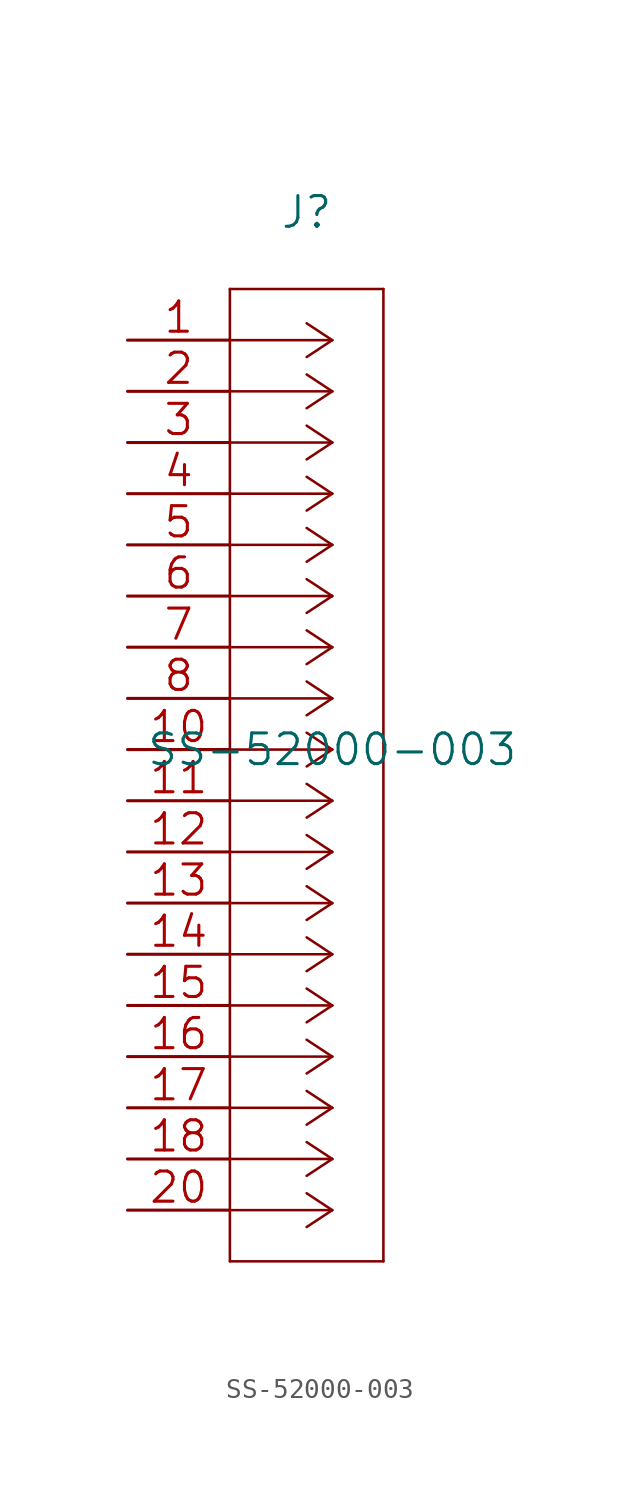
<source format=kicad_sym>
(kicad_symbol_lib
  (version 20220914)
  (generator kicad_symbol_editor)
  (symbol "SS-52000-003"
    (pin_names
      (offset 0.254) hide)
    (property "Reference" "J"
      (at 8.89 6.35 0)
      (effects (font (size 1.524 1.524))))
    (property "Value" "SS-52000-003"
      (at 10.16 -20.32 0)
      (effects (font (size 1.524 1.524))))
    (property "Datasheet" ""
      (at 0 0 0)
      (effects (font (size 1.524 1.524))))
    (symbol "SS-52000-003_1_1"
      (polyline (pts (xy 5.08 -45.72) (xy 12.7 -45.72)) (stroke (width 0.127) (type solid)) (fill (type none)))
      (polyline (pts (xy 5.08 2.54) (xy 5.08 -45.72)) (stroke (width 0.127) (type solid)) (fill (type none)))
      (polyline (pts (xy 10.16 -43.18) (xy 5.08 -43.18)) (stroke (width 0.127) (type solid)) (fill (type none)))
      (polyline (pts (xy 10.16 -43.18) (xy 8.89 -44.018)) (stroke (width 0.127) (type solid)) (fill (type none)))
      (polyline (pts (xy 10.16 -43.18) (xy 8.89 -42.342)) (stroke (width 0.127) (type solid)) (fill (type none)))
      (polyline (pts (xy 10.16 -40.64) (xy 5.08 -40.64)) (stroke (width 0.127) (type solid)) (fill (type none)))
      (polyline (pts (xy 10.16 -40.64) (xy 8.89 -41.478)) (stroke (width 0.127) (type solid)) (fill (type none)))
      (polyline (pts (xy 10.16 -40.64) (xy 8.89 -39.802)) (stroke (width 0.127) (type solid)) (fill (type none)))
      (polyline (pts (xy 10.16 -38.1) (xy 5.08 -38.1)) (stroke (width 0.127) (type solid)) (fill (type none)))
      (polyline (pts (xy 10.16 -38.1) (xy 8.89 -38.938)) (stroke (width 0.127) (type solid)) (fill (type none)))
      (polyline (pts (xy 10.16 -38.1) (xy 8.89 -37.262)) (stroke (width 0.127) (type solid)) (fill (type none)))
      (polyline (pts (xy 10.16 -35.56) (xy 5.08 -35.56)) (stroke (width 0.127) (type solid)) (fill (type none)))
      (polyline (pts (xy 10.16 -35.56) (xy 8.89 -36.398)) (stroke (width 0.127) (type solid)) (fill (type none)))
      (polyline (pts (xy 10.16 -35.56) (xy 8.89 -34.722)) (stroke (width 0.127) (type solid)) (fill (type none)))
      (polyline (pts (xy 10.16 -33.02) (xy 5.08 -33.02)) (stroke (width 0.127) (type solid)) (fill (type none)))
      (polyline (pts (xy 10.16 -33.02) (xy 8.89 -33.858)) (stroke (width 0.127) (type solid)) (fill (type none)))
      (polyline (pts (xy 10.16 -33.02) (xy 8.89 -32.182)) (stroke (width 0.127) (type solid)) (fill (type none)))
      (polyline (pts (xy 10.16 -30.48) (xy 5.08 -30.48)) (stroke (width 0.127) (type solid)) (fill (type none)))
      (polyline (pts (xy 10.16 -30.48) (xy 8.89 -31.318)) (stroke (width 0.127) (type solid)) (fill (type none)))
      (polyline (pts (xy 10.16 -30.48) (xy 8.89 -29.642)) (stroke (width 0.127) (type solid)) (fill (type none)))
      (polyline (pts (xy 10.16 -27.94) (xy 5.08 -27.94)) (stroke (width 0.127) (type solid)) (fill (type none)))
      (polyline (pts (xy 10.16 -27.94) (xy 8.89 -28.778)) (stroke (width 0.127) (type solid)) (fill (type none)))
      (polyline (pts (xy 10.16 -27.94) (xy 8.89 -27.102)) (stroke (width 0.127) (type solid)) (fill (type none)))
      (polyline (pts (xy 10.16 -25.4) (xy 5.08 -25.4)) (stroke (width 0.127) (type solid)) (fill (type none)))
      (polyline (pts (xy 10.16 -25.4) (xy 8.89 -26.238)) (stroke (width 0.127) (type solid)) (fill (type none)))
      (polyline (pts (xy 10.16 -25.4) (xy 8.89 -24.562)) (stroke (width 0.127) (type solid)) (fill (type none)))
      (polyline (pts (xy 10.16 -22.86) (xy 5.08 -22.86)) (stroke (width 0.127) (type solid)) (fill (type none)))
      (polyline (pts (xy 10.16 -22.86) (xy 8.89 -23.698)) (stroke (width 0.127) (type solid)) (fill (type none)))
      (polyline (pts (xy 10.16 -22.86) (xy 8.89 -22.022)) (stroke (width 0.127) (type solid)) (fill (type none)))
      (polyline (pts (xy 10.16 -20.32) (xy 5.08 -20.32)) (stroke (width 0.127) (type solid)) (fill (type none)))
      (polyline (pts (xy 10.16 -20.32) (xy 8.89 -21.158)) (stroke (width 0.127) (type solid)) (fill (type none)))
      (polyline (pts (xy 10.16 -20.32) (xy 8.89 -19.482)) (stroke (width 0.127) (type solid)) (fill (type none)))
      (polyline (pts (xy 10.16 -17.78) (xy 5.08 -17.78)) (stroke (width 0.127) (type solid)) (fill (type none)))
      (polyline (pts (xy 10.16 -17.78) (xy 8.89 -18.618)) (stroke (width 0.127) (type solid)) (fill (type none)))
      (polyline (pts (xy 10.16 -17.78) (xy 8.89 -16.942)) (stroke (width 0.127) (type solid)) (fill (type none)))
      (polyline (pts (xy 10.16 -15.24) (xy 5.08 -15.24)) (stroke (width 0.127) (type solid)) (fill (type none)))
      (polyline (pts (xy 10.16 -15.24) (xy 8.89 -16.078)) (stroke (width 0.127) (type solid)) (fill (type none)))
      (polyline (pts (xy 10.16 -15.24) (xy 8.89 -14.402)) (stroke (width 0.127) (type solid)) (fill (type none)))
      (polyline (pts (xy 10.16 -12.7) (xy 5.08 -12.7)) (stroke (width 0.127) (type solid)) (fill (type none)))
      (polyline (pts (xy 10.16 -12.7) (xy 8.89 -13.538)) (stroke (width 0.127) (type solid)) (fill (type none)))
      (polyline (pts (xy 10.16 -12.7) (xy 8.89 -11.862)) (stroke (width 0.127) (type solid)) (fill (type none)))
      (polyline (pts (xy 10.16 -10.16) (xy 5.08 -10.16)) (stroke (width 0.127) (type solid)) (fill (type none)))
      (polyline (pts (xy 10.16 -10.16) (xy 8.89 -10.998)) (stroke (width 0.127) (type solid)) (fill (type none)))
      (polyline (pts (xy 10.16 -10.16) (xy 8.89 -9.322)) (stroke (width 0.127) (type solid)) (fill (type none)))
      (polyline (pts (xy 10.16 -7.62) (xy 5.08 -7.62)) (stroke (width 0.127) (type solid)) (fill (type none)))
      (polyline (pts (xy 10.16 -7.62) (xy 8.89 -8.458)) (stroke (width 0.127) (type solid)) (fill (type none)))
      (polyline (pts (xy 10.16 -7.62) (xy 8.89 -6.782)) (stroke (width 0.127) (type solid)) (fill (type none)))
      (polyline (pts (xy 10.16 -5.08) (xy 5.08 -5.08)) (stroke (width 0.127) (type solid)) (fill (type none)))
      (polyline (pts (xy 10.16 -5.08) (xy 8.89 -5.918)) (stroke (width 0.127) (type solid)) (fill (type none)))
      (polyline (pts (xy 10.16 -5.08) (xy 8.89 -4.242)) (stroke (width 0.127) (type solid)) (fill (type none)))
      (polyline (pts (xy 10.16 -2.54) (xy 5.08 -2.54)) (stroke (width 0.127) (type solid)) (fill (type none)))
      (polyline (pts (xy 10.16 -2.54) (xy 8.89 -3.378)) (stroke (width 0.127) (type solid)) (fill (type none)))
      (polyline (pts (xy 10.16 -2.54) (xy 8.89 -1.702)) (stroke (width 0.127) (type solid)) (fill (type none)))
      (polyline (pts (xy 10.16 0) (xy 5.08 0)) (stroke (width 0.127) (type solid)) (fill (type none)))
      (polyline (pts (xy 10.16 0) (xy 8.89 -0.838)) (stroke (width 0.127) (type solid)) (fill (type none)))
      (polyline (pts (xy 10.16 0) (xy 8.89 0.838)) (stroke (width 0.127) (type solid)) (fill (type none)))
      (polyline (pts (xy 12.7 -45.72) (xy 12.7 2.54)) (stroke (width 0.127) (type solid)) (fill (type none)))
      (polyline (pts (xy 12.7 2.54) (xy 5.08 2.54)) (stroke (width 0.127) (type solid)) (fill (type none)))
      (pin unspecified line (at 0 0 0) (length 5.08) (name "1" (effects (font (size 1.499 1.499)))) (number "1" (effects (font (size 1.499 1.499)))))
      (pin unspecified line (at 0 -20.32 0) (length 5.08) (name "10" (effects (font (size 1.499 1.499)))) (number "10" (effects (font (size 1.499 1.499)))))
      (pin unspecified line (at 0 -22.86 0) (length 5.08) (name "11" (effects (font (size 1.499 1.499)))) (number "11" (effects (font (size 1.499 1.499)))))
      (pin unspecified line (at 0 -25.4 0) (length 5.08) (name "12" (effects (font (size 1.499 1.499)))) (number "12" (effects (font (size 1.499 1.499)))))
      (pin unspecified line (at 0 -27.94 0) (length 5.08) (name "13" (effects (font (size 1.499 1.499)))) (number "13" (effects (font (size 1.499 1.499)))))
      (pin unspecified line (at 0 -30.48 0) (length 5.08) (name "14" (effects (font (size 1.499 1.499)))) (number "14" (effects (font (size 1.499 1.499)))))
      (pin unspecified line (at 0 -33.02 0) (length 5.08) (name "15" (effects (font (size 1.499 1.499)))) (number "15" (effects (font (size 1.499 1.499)))))
      (pin unspecified line (at 0 -35.56 0) (length 5.08) (name "16" (effects (font (size 1.499 1.499)))) (number "16" (effects (font (size 1.499 1.499)))))
      (pin unspecified line (at 0 -38.1 0) (length 5.08) (name "17" (effects (font (size 1.499 1.499)))) (number "17" (effects (font (size 1.499 1.499)))))
      (pin unspecified line (at 0 -40.64 0) (length 5.08) (name "18" (effects (font (size 1.499 1.499)))) (number "18" (effects (font (size 1.499 1.499)))))
      (pin unspecified line (at 0 -2.54 0) (length 5.08) (name "2" (effects (font (size 1.499 1.499)))) (number "2" (effects (font (size 1.499 1.499)))))
      (pin unspecified line (at 0 -43.18 0) (length 5.08) (name "20" (effects (font (size 1.499 1.499)))) (number "20" (effects (font (size 1.499 1.499)))))
      (pin unspecified line (at 0 -5.08 0) (length 5.08) (name "3" (effects (font (size 1.499 1.499)))) (number "3" (effects (font (size 1.499 1.499)))))
      (pin unspecified line (at 0 -7.62 0) (length 5.08) (name "4" (effects (font (size 1.499 1.499)))) (number "4" (effects (font (size 1.499 1.499)))))
      (pin unspecified line (at 0 -10.16 0) (length 5.08) (name "5" (effects (font (size 1.499 1.499)))) (number "5" (effects (font (size 1.499 1.499)))))
      (pin unspecified line (at 0 -12.7 0) (length 5.08) (name "6" (effects (font (size 1.499 1.499)))) (number "6" (effects (font (size 1.499 1.499)))))
      (pin unspecified line (at 0 -15.24 0) (length 5.08) (name "7" (effects (font (size 1.499 1.499)))) (number "7" (effects (font (size 1.499 1.499)))))
      (pin unspecified line (at 0 -17.78 0) (length 5.08) (name "8" (effects (font (size 1.499 1.499)))) (number "8" (effects (font (size 1.499 1.499))))))))
</source>
